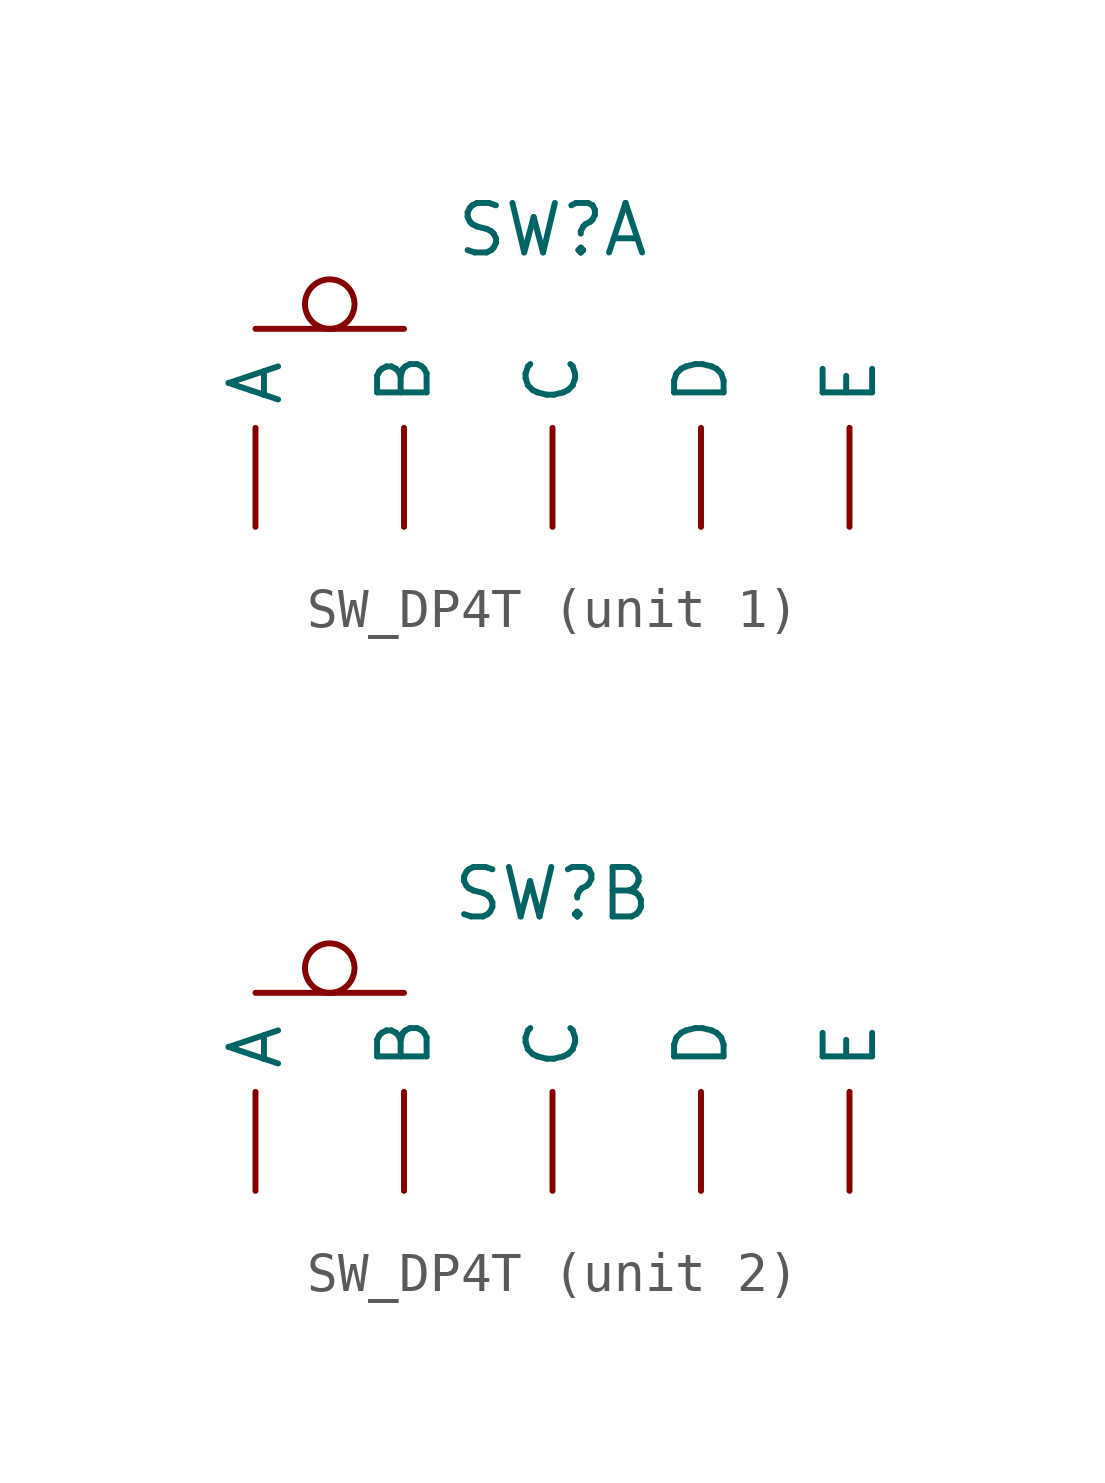
<source format=kicad_sym>
(kicad_symbol_lib
  (version 20220914)
  (generator kicad_symbol_editor)
  (symbol "SW_DP4T"
    (property "Reference" "SW"
      (at 0 0 0)
      (effects (font (size 1.27 1.27))))
    (property "Value" ""
      (at 0 0 0)
      (effects (font (size 1.27 1.27))))
    (property "ki_locked" ""
      (at 0 0 0)
      (effects (font (size 1.27 1.27))))
    (symbol "SW_DP4T_1_1"
      (circle (center -5.715 -1.905) (radius 0.635) (stroke (width 0) (type default)) (fill (type none)))
      (polyline (pts (xy -7.62 -2.54) (xy -3.81 -2.54)) (stroke (width 0) (type default)) (fill (type none)))
      (pin passive line (at -7.62 -7.62 90) (length 2.54) (name "A" (effects (font (size 1.27 1.27)))) (number "" (effects (font (size 1.27 1.27)))))
      (pin passive line (at -3.81 -7.62 90) (length 2.54) (name "B" (effects (font (size 1.27 1.27)))) (number "" (effects (font (size 1.27 1.27)))))
      (pin passive line (at 0 -7.62 90) (length 2.54) (name "C" (effects (font (size 1.27 1.27)))) (number "" (effects (font (size 1.27 1.27)))))
      (pin passive line (at 3.81 -7.62 90) (length 2.54) (name "D" (effects (font (size 1.27 1.27)))) (number "" (effects (font (size 1.27 1.27)))))
      (pin passive line (at 7.62 -7.62 90) (length 2.54) (name "E" (effects (font (size 1.27 1.27)))) (number "" (effects (font (size 1.27 1.27))))))
    (symbol "SW_DP4T_2_1"
      (circle (center -5.715 -1.905) (radius 0.635) (stroke (width 0) (type default)) (fill (type none)))
      (polyline (pts (xy -7.62 -2.54) (xy -3.81 -2.54)) (stroke (width 0) (type default)) (fill (type none)))
      (pin passive line (at -7.62 -7.62 90) (length 2.54) (name "A" (effects (font (size 1.27 1.27)))) (number "" (effects (font (size 1.27 1.27)))))
      (pin passive line (at -3.81 -7.62 90) (length 2.54) (name "B" (effects (font (size 1.27 1.27)))) (number "" (effects (font (size 1.27 1.27)))))
      (pin passive line (at 0 -7.62 90) (length 2.54) (name "C" (effects (font (size 1.27 1.27)))) (number "" (effects (font (size 1.27 1.27)))))
      (pin passive line (at 3.81 -7.62 90) (length 2.54) (name "D" (effects (font (size 1.27 1.27)))) (number "" (effects (font (size 1.27 1.27)))))
      (pin passive line (at 7.62 -7.62 90) (length 2.54) (name "E" (effects (font (size 1.27 1.27)))) (number "" (effects (font (size 1.27 1.27))))))))
</source>
